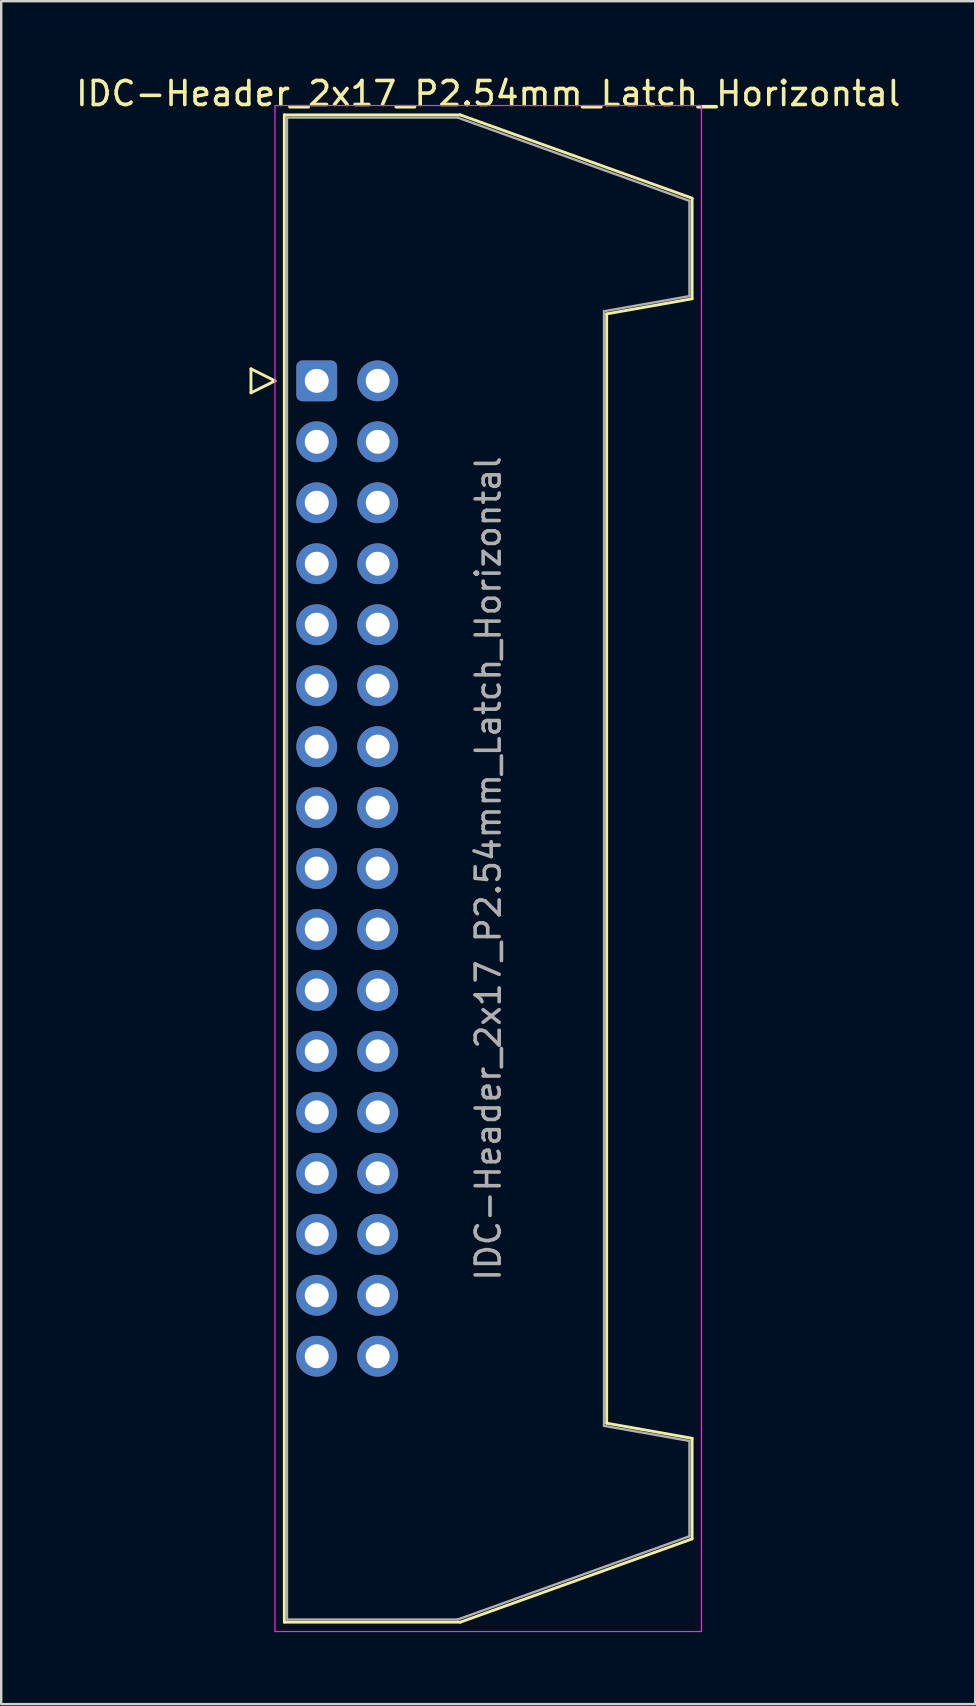
<source format=kicad_pcb>
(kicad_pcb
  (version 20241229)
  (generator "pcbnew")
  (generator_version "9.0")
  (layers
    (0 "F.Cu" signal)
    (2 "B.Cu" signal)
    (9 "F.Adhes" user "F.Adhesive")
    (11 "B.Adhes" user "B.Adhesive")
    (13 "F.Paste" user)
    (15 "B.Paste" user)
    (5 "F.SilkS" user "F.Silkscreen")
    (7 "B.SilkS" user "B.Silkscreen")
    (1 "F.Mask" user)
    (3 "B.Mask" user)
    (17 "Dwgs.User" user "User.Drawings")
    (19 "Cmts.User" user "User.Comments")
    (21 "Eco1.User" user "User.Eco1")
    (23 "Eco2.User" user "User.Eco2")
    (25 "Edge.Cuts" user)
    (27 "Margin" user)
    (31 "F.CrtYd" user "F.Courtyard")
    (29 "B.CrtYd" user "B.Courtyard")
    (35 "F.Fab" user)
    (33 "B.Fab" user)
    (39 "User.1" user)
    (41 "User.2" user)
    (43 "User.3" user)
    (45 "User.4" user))
  (footprint "IDC-Header_2x17_P2.54mm_Latch_Horizontal"
    (layer "F.Cu")
    (at 10.147 12.818)
    (property "Reference" "IDC-Header_2x17_P2.54mm_Latch_Horizontal" (at 7.145 -11.97 0) (layer "F.SilkS") (effects (font (size 1 1) (thickness 0.15))))
    (attr through_hole)
    (fp_line (start -2.74 -0.5) (end -2.74 0.5) (stroke (width 0.12) (type solid)) (layer "F.SilkS"))
    (fp_line (start -2.74 0.5) (end -1.74 0) (stroke (width 0.12) (type solid)) (layer "F.SilkS"))
    (fp_line (start -1.74 0) (end -2.74 -0.5) (stroke (width 0.12) (type solid)) (layer "F.SilkS"))
    (fp_line (start -1.35 -11.08) (end 5.98 -11.08) (stroke (width 0.12) (type solid)) (layer "F.SilkS"))
    (fp_line (start -1.35 51.72) (end -1.35 -11.08) (stroke (width 0.12) (type solid)) (layer "F.SilkS"))
    (fp_line (start 5.98 -11.08) (end 15.64 -7.61) (stroke (width 0.12) (type solid)) (layer "F.SilkS"))
    (fp_line (start 5.98 51.72) (end -1.35 51.72) (stroke (width 0.12) (type solid)) (layer "F.SilkS"))
    (fp_line (start 12.08 -2.79) (end 12.08 43.43) (stroke (width 0.12) (type solid)) (layer "F.SilkS"))
    (fp_line (start 12.08 43.43) (end 15.64 44.06) (stroke (width 0.12) (type solid)) (layer "F.SilkS"))
    (fp_line (start 15.64 -7.61) (end 15.64 -3.42) (stroke (width 0.12) (type solid)) (layer "F.SilkS"))
    (fp_line (start 15.64 -3.42) (end 12.08 -2.79) (stroke (width 0.12) (type solid)) (layer "F.SilkS"))
    (fp_line (start 15.64 44.06) (end 15.64 48.25) (stroke (width 0.12) (type solid)) (layer "F.SilkS"))
    (fp_line (start 15.64 48.25) (end 5.98 51.72) (stroke (width 0.12) (type solid)) (layer "F.SilkS"))
    (fp_line (start -1.74 -11.47) (end -1.74 52.11) (stroke (width 0.05) (type solid)) (layer "F.CrtYd"))
    (fp_line (start -1.74 52.11) (end 16.03 52.11) (stroke (width 0.05) (type solid)) (layer "F.CrtYd"))
    (fp_line (start 16.03 -11.47) (end -1.74 -11.47) (stroke (width 0.05) (type solid)) (layer "F.CrtYd"))
    (fp_line (start 16.03 52.11) (end 16.03 -11.47) (stroke (width 0.05) (type solid)) (layer "F.CrtYd"))
    (fp_line (start -1.24 -10.97) (end 5.87 -10.97) (stroke (width 0.1) (type solid)) (layer "F.Fab"))
    (fp_line (start -1.24 51.61) (end -1.24 -10.97) (stroke (width 0.1) (type solid)) (layer "F.Fab"))
    (fp_line (start 5.87 -10.97) (end 15.53 -7.5) (stroke (width 0.1) (type solid)) (layer "F.Fab"))
    (fp_line (start 5.87 51.61) (end -1.24 51.61) (stroke (width 0.1) (type solid)) (layer "F.Fab"))
    (fp_line (start 11.97 -2.9) (end 11.97 43.54) (stroke (width 0.1) (type solid)) (layer "F.Fab"))
    (fp_line (start 11.97 43.54) (end 15.53 44.17) (stroke (width 0.1) (type solid)) (layer "F.Fab"))
    (fp_line (start 15.53 -7.5) (end 15.53 -3.53) (stroke (width 0.1) (type solid)) (layer "F.Fab"))
    (fp_line (start 15.53 -3.53) (end 11.97 -2.9) (stroke (width 0.1) (type solid)) (layer "F.Fab"))
    (fp_line (start 15.53 44.17) (end 15.53 48.14) (stroke (width 0.1) (type solid)) (layer "F.Fab"))
    (fp_line (start 15.53 48.14) (end 5.87 51.61) (stroke (width 0.1) (type solid)) (layer "F.Fab"))
    (fp_text user "${REFERENCE}" (at 7.145 20.32 90) (layer "F.Fab") (effects (font (size 1 1) (thickness 0.15))))
    (pad "1" thru_hole roundrect (at 0 0) (size 1.7 1.7) (drill 1) (layers "*.Cu" "*.Mask") (roundrect_rratio 0.147))
    (pad "2" thru_hole circle (at 2.54 0) (size 1.7 1.7) (drill 1) (layers "*.Cu" "*.Mask"))
    (pad "3" thru_hole circle (at 0 2.54) (size 1.7 1.7) (drill 1) (layers "*.Cu" "*.Mask"))
    (pad "4" thru_hole circle (at 2.54 2.54) (size 1.7 1.7) (drill 1) (layers "*.Cu" "*.Mask"))
    (pad "5" thru_hole circle (at 0 5.08) (size 1.7 1.7) (drill 1) (layers "*.Cu" "*.Mask"))
    (pad "6" thru_hole circle (at 2.54 5.08) (size 1.7 1.7) (drill 1) (layers "*.Cu" "*.Mask"))
    (pad "7" thru_hole circle (at 0 7.62) (size 1.7 1.7) (drill 1) (layers "*.Cu" "*.Mask"))
    (pad "8" thru_hole circle (at 2.54 7.62) (size 1.7 1.7) (drill 1) (layers "*.Cu" "*.Mask"))
    (pad "9" thru_hole circle (at 0 10.16) (size 1.7 1.7) (drill 1) (layers "*.Cu" "*.Mask"))
    (pad "10" thru_hole circle (at 2.54 10.16) (size 1.7 1.7) (drill 1) (layers "*.Cu" "*.Mask"))
    (pad "11" thru_hole circle (at 0 12.7) (size 1.7 1.7) (drill 1) (layers "*.Cu" "*.Mask"))
    (pad "12" thru_hole circle (at 2.54 12.7) (size 1.7 1.7) (drill 1) (layers "*.Cu" "*.Mask"))
    (pad "13" thru_hole circle (at 0 15.24) (size 1.7 1.7) (drill 1) (layers "*.Cu" "*.Mask"))
    (pad "14" thru_hole circle (at 2.54 15.24) (size 1.7 1.7) (drill 1) (layers "*.Cu" "*.Mask"))
    (pad "15" thru_hole circle (at 0 17.78) (size 1.7 1.7) (drill 1) (layers "*.Cu" "*.Mask"))
    (pad "16" thru_hole circle (at 2.54 17.78) (size 1.7 1.7) (drill 1) (layers "*.Cu" "*.Mask"))
    (pad "17" thru_hole circle (at 0 20.32) (size 1.7 1.7) (drill 1) (layers "*.Cu" "*.Mask"))
    (pad "18" thru_hole circle (at 2.54 20.32) (size 1.7 1.7) (drill 1) (layers "*.Cu" "*.Mask"))
    (pad "19" thru_hole circle (at 0 22.86) (size 1.7 1.7) (drill 1) (layers "*.Cu" "*.Mask"))
    (pad "20" thru_hole circle (at 2.54 22.86) (size 1.7 1.7) (drill 1) (layers "*.Cu" "*.Mask"))
    (pad "21" thru_hole circle (at 0 25.4) (size 1.7 1.7) (drill 1) (layers "*.Cu" "*.Mask"))
    (pad "22" thru_hole circle (at 2.54 25.4) (size 1.7 1.7) (drill 1) (layers "*.Cu" "*.Mask"))
    (pad "23" thru_hole circle (at 0 27.94) (size 1.7 1.7) (drill 1) (layers "*.Cu" "*.Mask"))
    (pad "24" thru_hole circle (at 2.54 27.94) (size 1.7 1.7) (drill 1) (layers "*.Cu" "*.Mask"))
    (pad "25" thru_hole circle (at 0 30.48) (size 1.7 1.7) (drill 1) (layers "*.Cu" "*.Mask"))
    (pad "26" thru_hole circle (at 2.54 30.48) (size 1.7 1.7) (drill 1) (layers "*.Cu" "*.Mask"))
    (pad "27" thru_hole circle (at 0 33.02) (size 1.7 1.7) (drill 1) (layers "*.Cu" "*.Mask"))
    (pad "28" thru_hole circle (at 2.54 33.02) (size 1.7 1.7) (drill 1) (layers "*.Cu" "*.Mask"))
    (pad "29" thru_hole circle (at 0 35.56) (size 1.7 1.7) (drill 1) (layers "*.Cu" "*.Mask"))
    (pad "30" thru_hole circle (at 2.54 35.56) (size 1.7 1.7) (drill 1) (layers "*.Cu" "*.Mask"))
    (pad "31" thru_hole circle (at 0 38.1) (size 1.7 1.7) (drill 1) (layers "*.Cu" "*.Mask"))
    (pad "32" thru_hole circle (at 2.54 38.1) (size 1.7 1.7) (drill 1) (layers "*.Cu" "*.Mask"))
    (pad "33" thru_hole circle (at 0 40.64) (size 1.7 1.7) (drill 1) (layers "*.Cu" "*.Mask"))
    (pad "34" thru_hole circle (at 2.54 40.64) (size 1.7 1.7) (drill 1) (layers "*.Cu" "*.Mask")))
  (gr_rect
    (start -3 -3)
    (end 37.583 67.953)
    (stroke (width 0.1) (type default))
    (fill no)
    (layer "Edge.Cuts")))
</source>
